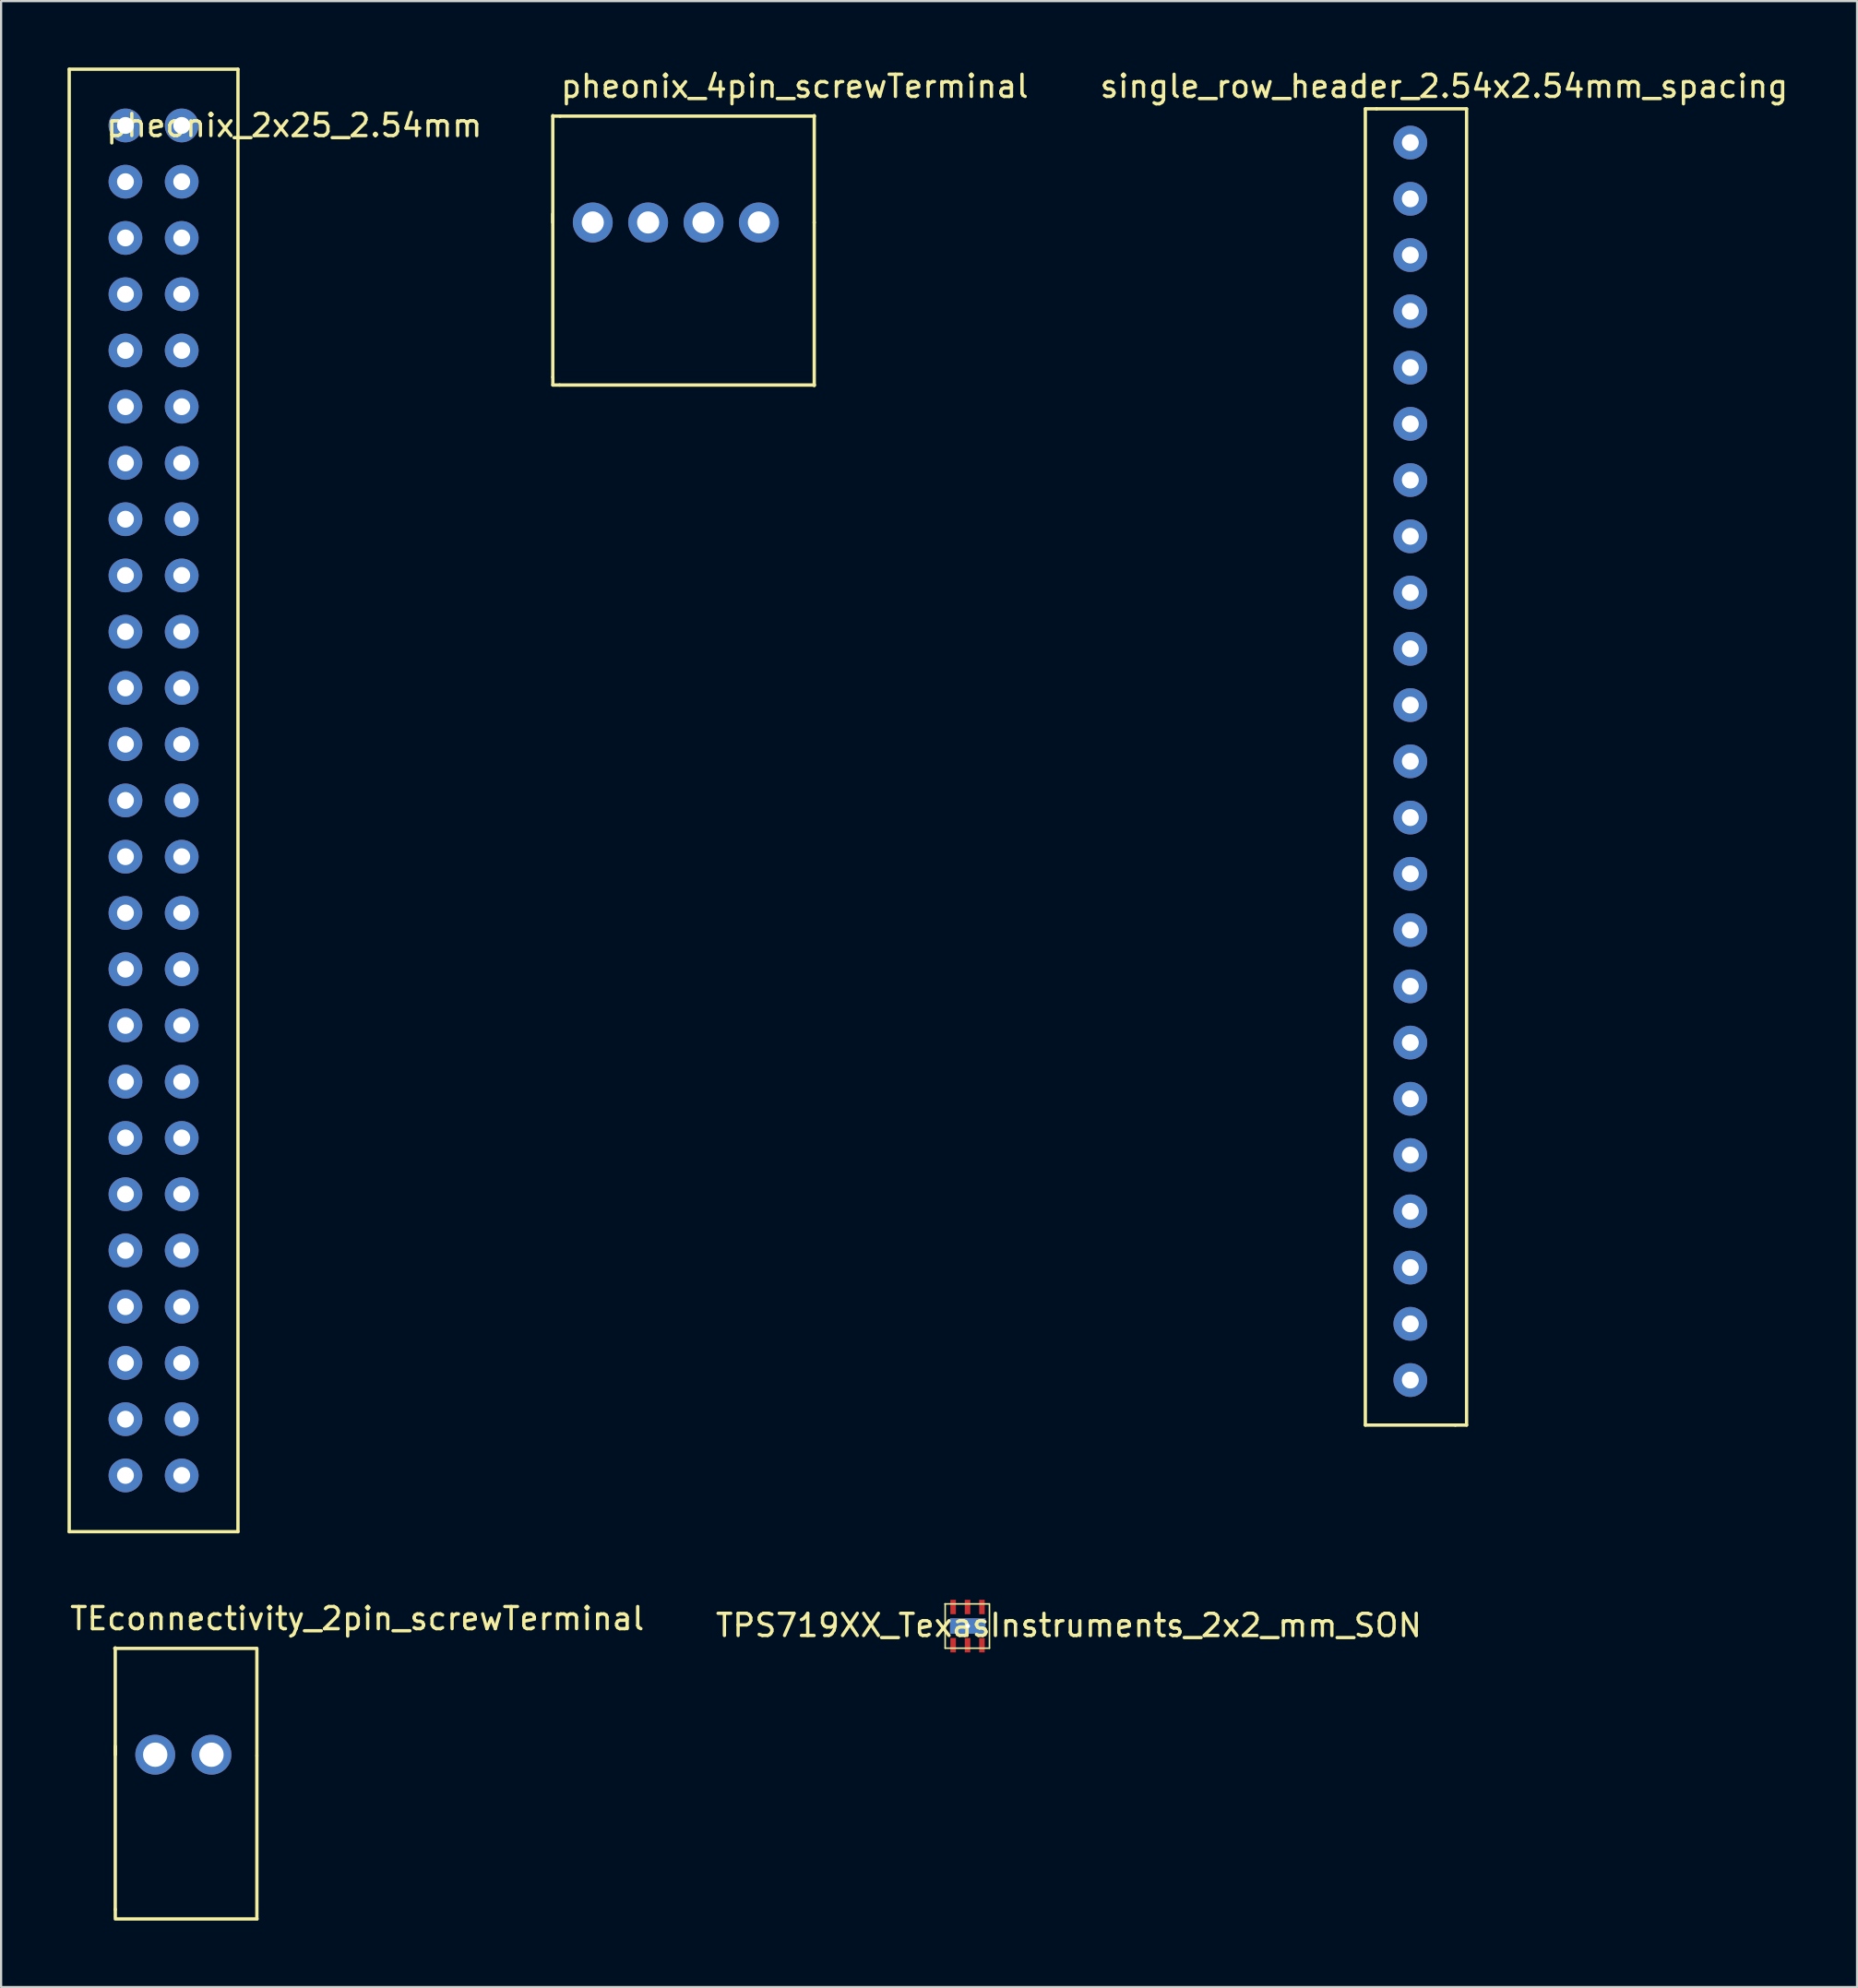
<source format=kicad_pcb>
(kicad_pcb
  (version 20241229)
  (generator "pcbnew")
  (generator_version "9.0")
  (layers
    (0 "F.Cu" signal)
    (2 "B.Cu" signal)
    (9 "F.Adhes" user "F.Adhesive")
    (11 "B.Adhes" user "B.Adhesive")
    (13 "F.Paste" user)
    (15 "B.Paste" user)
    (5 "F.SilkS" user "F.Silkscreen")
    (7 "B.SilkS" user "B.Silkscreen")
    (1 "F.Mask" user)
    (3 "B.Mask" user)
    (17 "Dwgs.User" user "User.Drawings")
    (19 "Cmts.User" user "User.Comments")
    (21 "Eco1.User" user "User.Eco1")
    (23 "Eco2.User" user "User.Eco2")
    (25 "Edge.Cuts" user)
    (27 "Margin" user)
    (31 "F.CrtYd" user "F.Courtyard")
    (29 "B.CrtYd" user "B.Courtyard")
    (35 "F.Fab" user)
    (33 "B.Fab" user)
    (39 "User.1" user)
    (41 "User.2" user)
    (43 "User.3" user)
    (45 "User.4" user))
  (footprint "TPS719XX_TexasInstruments_2x2_mm_SON"
    (layer "F.Cu")
    (at 39.988 69.515)
    (property "Reference" "TPS719XX_TexasInstruments_2x2_mm_SON" (at 5.22 0.83 0) (layer "F.SilkS") (effects (font (size 1 1) (thickness 0.15))))
    (attr through_hole)
    (fp_line (start -0.37 -0.14) (end 1.63 -0.14) (stroke (width 0.07) (type solid)) (layer "F.SilkS"))
    (fp_line (start -0.36 -0.14) (end -0.36 1.86) (stroke (width 0.07) (type solid)) (layer "F.SilkS"))
    (fp_line (start -0.36 1.86) (end 1.64 1.86) (stroke (width 0.07) (type solid)) (layer "F.SilkS"))
    (fp_line (start 1.64 -0.14) (end 1.64 1.86) (stroke (width 0.07) (type solid)) (layer "F.SilkS"))
    (pad "1" smd rect (at 0 0) (size 0.25 0.65) (layers "F.Cu" "F.Mask" "F.Paste"))
    (pad "2" smd rect (at 0.65 0) (size 0.25 0.65) (layers "F.Cu" "F.Mask" "F.Paste"))
    (pad "3" smd rect (at 1.3 0) (size 0.25 0.65) (layers "F.Cu" "F.Mask" "F.Paste"))
    (pad "4" smd rect (at 0 1.725) (size 0.25 0.65) (layers "F.Cu" "F.Mask" "F.Paste"))
    (pad "5" smd rect (at 0.65 1.725) (size 0.25 0.65) (layers "F.Cu" "F.Mask" "F.Paste"))
    (pad "6" smd rect (at 1.3 1.725) (size 0.25 0.65) (layers "F.Cu" "F.Mask" "F.Paste"))
    (pad "7" thru_hole rect (at 0.66 0.86) (size 1.6 0.7) (drill 0.2) (layers "*.Cu" "*.Mask")))
  (footprint "pheonix_4pin_screwTerminal"
    (layer "F.Cu")
    (at 23.716 6.995)
    (property "Reference" "pheonix_4pin_screwTerminal" (at 9.119 -6.147 0) (layer "F.SilkS") (effects (font (size 1 1) (thickness 0.15))))
    (attr through_hole)
    (fp_line (start -1.805 -0.381) (end -1.805 6.985) (stroke (width 0.15) (type solid)) (layer "F.SilkS"))
    (fp_line (start -1.805 0) (end -1.805 -4.826) (stroke (width 0.15) (type solid)) (layer "F.SilkS"))
    (fp_line (start -1.803 6.985) (end -1.803 7.341) (stroke (width 0.15) (type solid)) (layer "F.SilkS"))
    (fp_line (start -1.803 7.341) (end -1.499 7.341) (stroke (width 0.15) (type solid)) (layer "F.SilkS"))
    (fp_line (start -1.473 -4.801) (end -1.803 -4.801) (stroke (width 0.15) (type solid)) (layer "F.SilkS"))
    (fp_line (start -1.473 -4.801) (end 10.008 -4.801) (stroke (width 0.15) (type solid)) (layer "F.SilkS"))
    (fp_line (start 10 0) (end 10 -4.826) (stroke (width 0.15) (type solid)) (layer "F.SilkS"))
    (fp_line (start 10 0) (end 10 7.366) (stroke (width 0.15) (type solid)) (layer "F.SilkS"))
    (fp_line (start 10.008 7.341) (end -1.499 7.341) (stroke (width 0.15) (type solid)) (layer "F.SilkS"))
    (pad "1" thru_hole circle (at 0 0) (size 1.8 1.8) (drill 1) (layers "*.Cu" "*.Mask"))
    (pad "2" thru_hole circle (at 2.5 0) (size 1.8 1.8) (drill 1) (layers "*.Cu" "*.Mask"))
    (pad "3" thru_hole circle (at 5 0) (size 1.8 1.8) (drill 1) (layers "*.Cu" "*.Mask"))
    (pad "4" thru_hole circle (at 7.5 0) (size 1.8 1.8) (drill 1) (layers "*.Cu" "*.Mask")))
  (footprint "pheonix_2x25_2.54mm"
    (layer "F.Cu")
    (at 2.615 2.615)
    (property "Reference" "pheonix_2x25_2.54mm" (at 7.62 0 0) (layer "F.SilkS") (effects (font (size 1 1) (thickness 0.15))))
    (attr through_hole)
    (fp_line (start -2.54 -2.54) (end 5.08 -2.54) (stroke (width 0.15) (type solid)) (layer "F.SilkS"))
    (fp_line (start -2.54 63.5) (end -2.54 -2.54) (stroke (width 0.15) (type solid)) (layer "F.SilkS"))
    (fp_line (start 5.08 -2.54) (end 5.08 63.5) (stroke (width 0.15) (type solid)) (layer "F.SilkS"))
    (fp_line (start 5.08 63.5) (end -2.54 63.5) (stroke (width 0.15) (type solid)) (layer "F.SilkS"))
    (pad "1" thru_hole circle (at 0 0) (size 1.524 1.524) (drill 0.762) (layers "*.Cu" "*.Mask"))
    (pad "2" thru_hole circle (at 2.54 0) (size 1.524 1.524) (drill 0.762) (layers "*.Cu" "*.Mask"))
    (pad "3" thru_hole circle (at 0 2.54 180) (size 1.524 1.524) (drill 0.762) (layers "*.Cu" "*.Mask"))
    (pad "4" thru_hole circle (at 2.54 2.54 180) (size 1.524 1.524) (drill 0.762) (layers "*.Cu" "*.Mask"))
    (pad "5" thru_hole circle (at 0 5.08) (size 1.524 1.524) (drill 0.762) (layers "*.Cu" "*.Mask"))
    (pad "6" thru_hole circle (at 2.54 5.08) (size 1.524 1.524) (drill 0.762) (layers "*.Cu" "*.Mask"))
    (pad "7" thru_hole circle (at 0 7.62 180) (size 1.524 1.524) (drill 0.762) (layers "*.Cu" "*.Mask"))
    (pad "8" thru_hole circle (at 2.54 7.62 180) (size 1.524 1.524) (drill 0.762) (layers "*.Cu" "*.Mask"))
    (pad "9" thru_hole circle (at 0 10.16) (size 1.524 1.524) (drill 0.762) (layers "*.Cu" "*.Mask"))
    (pad "10" thru_hole circle (at 2.54 10.16) (size 1.524 1.524) (drill 0.762) (layers "*.Cu" "*.Mask"))
    (pad "11" thru_hole circle (at 0 12.7 180) (size 1.524 1.524) (drill 0.762) (layers "*.Cu" "*.Mask"))
    (pad "12" thru_hole circle (at 2.54 12.7 180) (size 1.524 1.524) (drill 0.762) (layers "*.Cu" "*.Mask"))
    (pad "13" thru_hole circle (at 0 15.24) (size 1.524 1.524) (drill 0.762) (layers "*.Cu" "*.Mask"))
    (pad "14" thru_hole circle (at 2.54 15.24) (size 1.524 1.524) (drill 0.762) (layers "*.Cu" "*.Mask"))
    (pad "15" thru_hole circle (at 0 17.78 180) (size 1.524 1.524) (drill 0.762) (layers "*.Cu" "*.Mask"))
    (pad "16" thru_hole circle (at 2.54 17.78 180) (size 1.524 1.524) (drill 0.762) (layers "*.Cu" "*.Mask"))
    (pad "17" thru_hole circle (at 0 20.32) (size 1.524 1.524) (drill 0.762) (layers "*.Cu" "*.Mask"))
    (pad "18" thru_hole circle (at 2.54 20.32) (size 1.524 1.524) (drill 0.762) (layers "*.Cu" "*.Mask"))
    (pad "19" thru_hole circle (at 0 22.86 180) (size 1.524 1.524) (drill 0.762) (layers "*.Cu" "*.Mask"))
    (pad "20" thru_hole circle (at 2.54 22.86 180) (size 1.524 1.524) (drill 0.762) (layers "*.Cu" "*.Mask"))
    (pad "21" thru_hole circle (at 0 25.4) (size 1.524 1.524) (drill 0.762) (layers "*.Cu" "*.Mask"))
    (pad "22" thru_hole circle (at 2.54 25.4) (size 1.524 1.524) (drill 0.762) (layers "*.Cu" "*.Mask"))
    (pad "23" thru_hole circle (at 0 27.94 180) (size 1.524 1.524) (drill 0.762) (layers "*.Cu" "*.Mask"))
    (pad "24" thru_hole circle (at 2.54 27.94 180) (size 1.524 1.524) (drill 0.762) (layers "*.Cu" "*.Mask"))
    (pad "25" thru_hole circle (at 0 30.48) (size 1.524 1.524) (drill 0.762) (layers "*.Cu" "*.Mask"))
    (pad "26" thru_hole circle (at 2.54 30.48) (size 1.524 1.524) (drill 0.762) (layers "*.Cu" "*.Mask"))
    (pad "27" thru_hole circle (at 0 33.02 180) (size 1.524 1.524) (drill 0.762) (layers "*.Cu" "*.Mask"))
    (pad "28" thru_hole circle (at 2.54 33.02 180) (size 1.524 1.524) (drill 0.762) (layers "*.Cu" "*.Mask"))
    (pad "29" thru_hole circle (at 0 35.56) (size 1.524 1.524) (drill 0.762) (layers "*.Cu" "*.Mask"))
    (pad "30" thru_hole circle (at 2.54 35.56) (size 1.524 1.524) (drill 0.762) (layers "*.Cu" "*.Mask"))
    (pad "31" thru_hole circle (at 0 38.1 180) (size 1.524 1.524) (drill 0.762) (layers "*.Cu" "*.Mask"))
    (pad "32" thru_hole circle (at 2.54 38.1 180) (size 1.524 1.524) (drill 0.762) (layers "*.Cu" "*.Mask"))
    (pad "33" thru_hole circle (at 0 40.64) (size 1.524 1.524) (drill 0.762) (layers "*.Cu" "*.Mask"))
    (pad "34" thru_hole circle (at 2.54 40.64) (size 1.524 1.524) (drill 0.762) (layers "*.Cu" "*.Mask"))
    (pad "35" thru_hole circle (at 0 43.18 180) (size 1.524 1.524) (drill 0.762) (layers "*.Cu" "*.Mask"))
    (pad "36" thru_hole circle (at 2.54 43.18 180) (size 1.524 1.524) (drill 0.762) (layers "*.Cu" "*.Mask"))
    (pad "37" thru_hole circle (at 0 45.72) (size 1.524 1.524) (drill 0.762) (layers "*.Cu" "*.Mask"))
    (pad "38" thru_hole circle (at 2.54 45.72) (size 1.524 1.524) (drill 0.762) (layers "*.Cu" "*.Mask"))
    (pad "39" thru_hole circle (at 0 48.26 180) (size 1.524 1.524) (drill 0.762) (layers "*.Cu" "*.Mask"))
    (pad "40" thru_hole circle (at 2.54 48.26 180) (size 1.524 1.524) (drill 0.762) (layers "*.Cu" "*.Mask"))
    (pad "41" thru_hole circle (at 0 50.8) (size 1.524 1.524) (drill 0.762) (layers "*.Cu" "*.Mask"))
    (pad "42" thru_hole circle (at 2.54 50.8) (size 1.524 1.524) (drill 0.762) (layers "*.Cu" "*.Mask"))
    (pad "43" thru_hole circle (at 0 53.34 180) (size 1.524 1.524) (drill 0.762) (layers "*.Cu" "*.Mask"))
    (pad "44" thru_hole circle (at 2.54 53.34 180) (size 1.524 1.524) (drill 0.762) (layers "*.Cu" "*.Mask"))
    (pad "45" thru_hole circle (at 0 55.88) (size 1.524 1.524) (drill 0.762) (layers "*.Cu" "*.Mask"))
    (pad "46" thru_hole circle (at 2.54 55.88) (size 1.524 1.524) (drill 0.762) (layers "*.Cu" "*.Mask"))
    (pad "47" thru_hole circle (at 0 58.42 180) (size 1.524 1.524) (drill 0.762) (layers "*.Cu" "*.Mask"))
    (pad "48" thru_hole circle (at 2.54 58.42 180) (size 1.524 1.524) (drill 0.762) (layers "*.Cu" "*.Mask"))
    (pad "49" thru_hole circle (at 0 60.96) (size 1.524 1.524) (drill 0.762) (layers "*.Cu" "*.Mask"))
    (pad "50" thru_hole circle (at 2.54 60.96) (size 1.524 1.524) (drill 0.762) (layers "*.Cu" "*.Mask")))
  (footprint "TEconnectivity_2pin_screwTerminal"
    (layer "F.Cu")
    (at 3.959 76.185)
    (property "Reference" "TEconnectivity_2pin_screwTerminal" (at 9.119 -6.147 0) (layer "F.SilkS") (effects (font (size 1 1) (thickness 0.15))))
    (attr through_hole)
    (fp_line (start -1.805 -0.381) (end -1.805 6.985) (stroke (width 0.15) (type solid)) (layer "F.SilkS"))
    (fp_line (start -1.805 0) (end -1.805 -4.826) (stroke (width 0.15) (type solid)) (layer "F.SilkS"))
    (fp_line (start -1.803 6.985) (end -1.803 7.341) (stroke (width 0.15) (type solid)) (layer "F.SilkS"))
    (fp_line (start 4.572 -4.801) (end -1.829 -4.801) (stroke (width 0.15) (type solid)) (layer "F.SilkS"))
    (fp_line (start 4.59 0.025) (end 4.59 -4.801) (stroke (width 0.15) (type solid)) (layer "F.SilkS"))
    (fp_line (start 4.59 0.051) (end 4.59 7.417) (stroke (width 0.15) (type solid)) (layer "F.SilkS"))
    (fp_line (start 4.597 7.417) (end -1.803 7.417) (stroke (width 0.15) (type solid)) (layer "F.SilkS"))
    (pad "1" thru_hole circle (at 0 0) (size 1.8 1.8) (drill 1.1) (layers "*.Cu" "*.Mask"))
    (pad "2" thru_hole circle (at 2.54 0) (size 1.8 1.8) (drill 1.1) (layers "*.Cu" "*.Mask")))
  (footprint "single_row_header_2.54x2.54mm_spacing"
    (layer "F.Cu")
    (at 60.632 3.388)
    (property "Reference" "single_row_header_2.54x2.54mm_spacing" (at 1.524 -2.54 0) (layer "F.SilkS") (effects (font (size 1 1) (thickness 0.15))))
    (attr through_hole)
    (fp_line (start -2.032 -1.524) (end -1.524 -1.524) (stroke (width 0.15) (type solid)) (layer "F.SilkS"))
    (fp_line (start -2.032 57.912) (end -2.032 -1.524) (stroke (width 0.15) (type solid)) (layer "F.SilkS"))
    (fp_line (start -1.524 -1.524) (end 2.54 -1.524) (stroke (width 0.15) (type solid)) (layer "F.SilkS"))
    (fp_line (start 2.032 57.912) (end -2.032 57.912) (stroke (width 0.15) (type solid)) (layer "F.SilkS"))
    (fp_line (start 2.032 57.912) (end 2.54 57.912) (stroke (width 0.15) (type solid)) (layer "F.SilkS"))
    (fp_line (start 2.54 57.912) (end 2.54 -1.524) (stroke (width 0.15) (type solid)) (layer "F.SilkS"))
    (pad "1" thru_hole circle (at 0 0) (size 1.524 1.524) (drill 0.762) (layers "*.Cu" "*.Mask"))
    (pad "2" thru_hole circle (at 0 2.54) (size 1.524 1.524) (drill 0.762) (layers "*.Cu" "*.Mask"))
    (pad "3" thru_hole circle (at 0 5.08) (size 1.524 1.524) (drill 0.762) (layers "*.Cu" "*.Mask"))
    (pad "4" thru_hole circle (at 0 7.62) (size 1.524 1.524) (drill 0.762) (layers "*.Cu" "*.Mask"))
    (pad "5" thru_hole circle (at 0 10.16) (size 1.524 1.524) (drill 0.762) (layers "*.Cu" "*.Mask"))
    (pad "6" thru_hole circle (at 0 12.7) (size 1.524 1.524) (drill 0.762) (layers "*.Cu" "*.Mask"))
    (pad "7" thru_hole circle (at 0 15.24) (size 1.524 1.524) (drill 0.762) (layers "*.Cu" "*.Mask"))
    (pad "8" thru_hole circle (at 0 17.78) (size 1.524 1.524) (drill 0.762) (layers "*.Cu" "*.Mask"))
    (pad "9" thru_hole circle (at 0 20.32) (size 1.524 1.524) (drill 0.762) (layers "*.Cu" "*.Mask"))
    (pad "10" thru_hole circle (at 0 22.86) (size 1.524 1.524) (drill 0.762) (layers "*.Cu" "*.Mask"))
    (pad "11" thru_hole circle (at 0 25.4) (size 1.524 1.524) (drill 0.762) (layers "*.Cu" "*.Mask"))
    (pad "12" thru_hole circle (at 0 27.94) (size 1.524 1.524) (drill 0.762) (layers "*.Cu" "*.Mask"))
    (pad "13" thru_hole circle (at 0 30.48) (size 1.524 1.524) (drill 0.762) (layers "*.Cu" "*.Mask"))
    (pad "14" thru_hole circle (at 0 33.02) (size 1.524 1.524) (drill 0.762) (layers "*.Cu" "*.Mask"))
    (pad "15" thru_hole circle (at 0 35.56) (size 1.524 1.524) (drill 0.762) (layers "*.Cu" "*.Mask"))
    (pad "16" thru_hole circle (at 0 38.1) (size 1.524 1.524) (drill 0.762) (layers "*.Cu" "*.Mask"))
    (pad "17" thru_hole circle (at 0 40.64) (size 1.524 1.524) (drill 0.762) (layers "*.Cu" "*.Mask"))
    (pad "18" thru_hole circle (at 0 43.18) (size 1.524 1.524) (drill 0.762) (layers "*.Cu" "*.Mask"))
    (pad "19" thru_hole circle (at 0 45.72) (size 1.524 1.524) (drill 0.762) (layers "*.Cu" "*.Mask"))
    (pad "20" thru_hole circle (at 0 48.26) (size 1.524 1.524) (drill 0.762) (layers "*.Cu" "*.Mask"))
    (pad "21" thru_hole circle (at 0 50.8) (size 1.524 1.524) (drill 0.762) (layers "*.Cu" "*.Mask"))
    (pad "22" thru_hole circle (at 0 53.34) (size 1.524 1.524) (drill 0.762) (layers "*.Cu" "*.Mask"))
    (pad "23" thru_hole circle (at 0 55.88) (size 1.524 1.524) (drill 0.762) (layers "*.Cu" "*.Mask")))
  (gr_rect
    (start -3 -3)
    (end 80.805 86.677)
    (stroke (width 0.1) (type default))
    (fill no)
    (layer "Edge.Cuts")))
</source>
